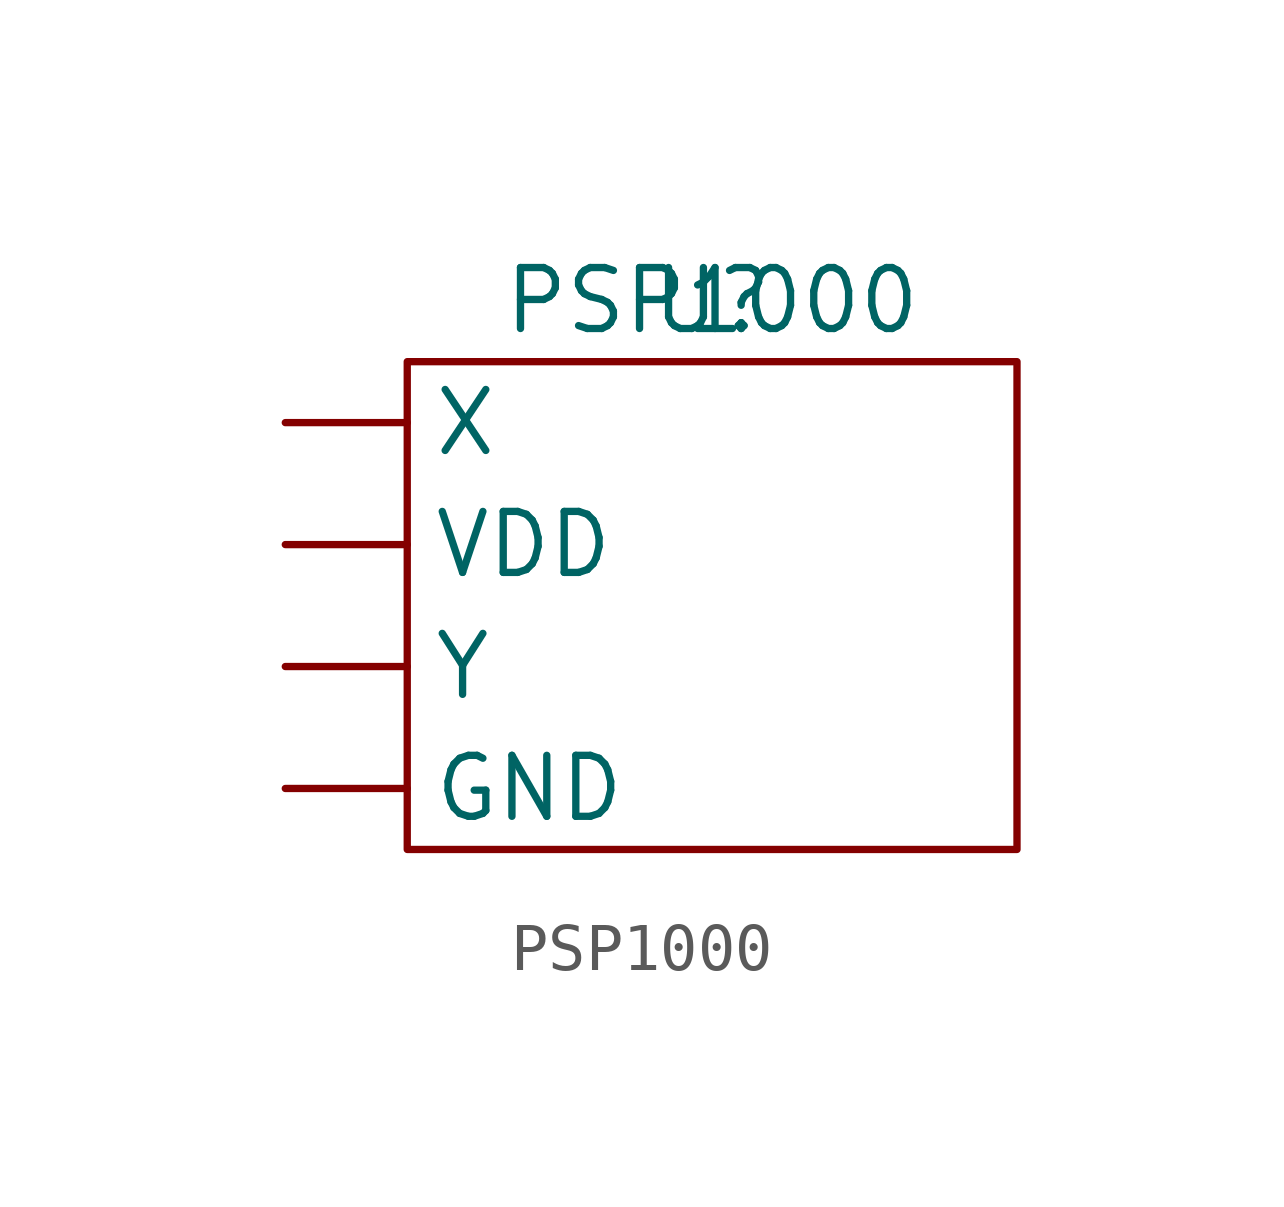
<source format=kicad_sym>
(kicad_symbol_lib
  (version 20211014)
  (generator kicad_symbol_editor)
  (symbol "PSP1000"
    (property "Reference" "U"
      (at 0 0 0)
      (effects (font (size 1.27 1.27))))
    (property "Value" "PSP1000"
      (at 0 0 0)
      (effects (font (size 1.27 1.27))))
    (symbol "PSP1000_0_1"
      (rectangle (start -6.35 -1.27) (end 6.35 -11.43) (stroke (width 0) (type default) (color 0 0 0 0)) (fill (type none))))
    (symbol "PSP1000_1_1"
      (pin power_out line (at -8.89 -10.16 0) (length 2.54) (name "GND" (effects (font (size 1.27 1.27)))) (number "" (effects (font (size 1.27 1.27)))))
      (pin power_in line (at -8.89 -5.08 0) (length 2.54) (name "VDD" (effects (font (size 1.27 1.27)))) (number "" (effects (font (size 1.27 1.27)))))
      (pin input line (at -8.89 -2.54 0) (length 2.54) (name "X" (effects (font (size 1.27 1.27)))) (number "" (effects (font (size 1.27 1.27)))))
      (pin input line (at -8.89 -7.62 0) (length 2.54) (name "Y" (effects (font (size 1.27 1.27)))) (number "" (effects (font (size 1.27 1.27))))))))
</source>
